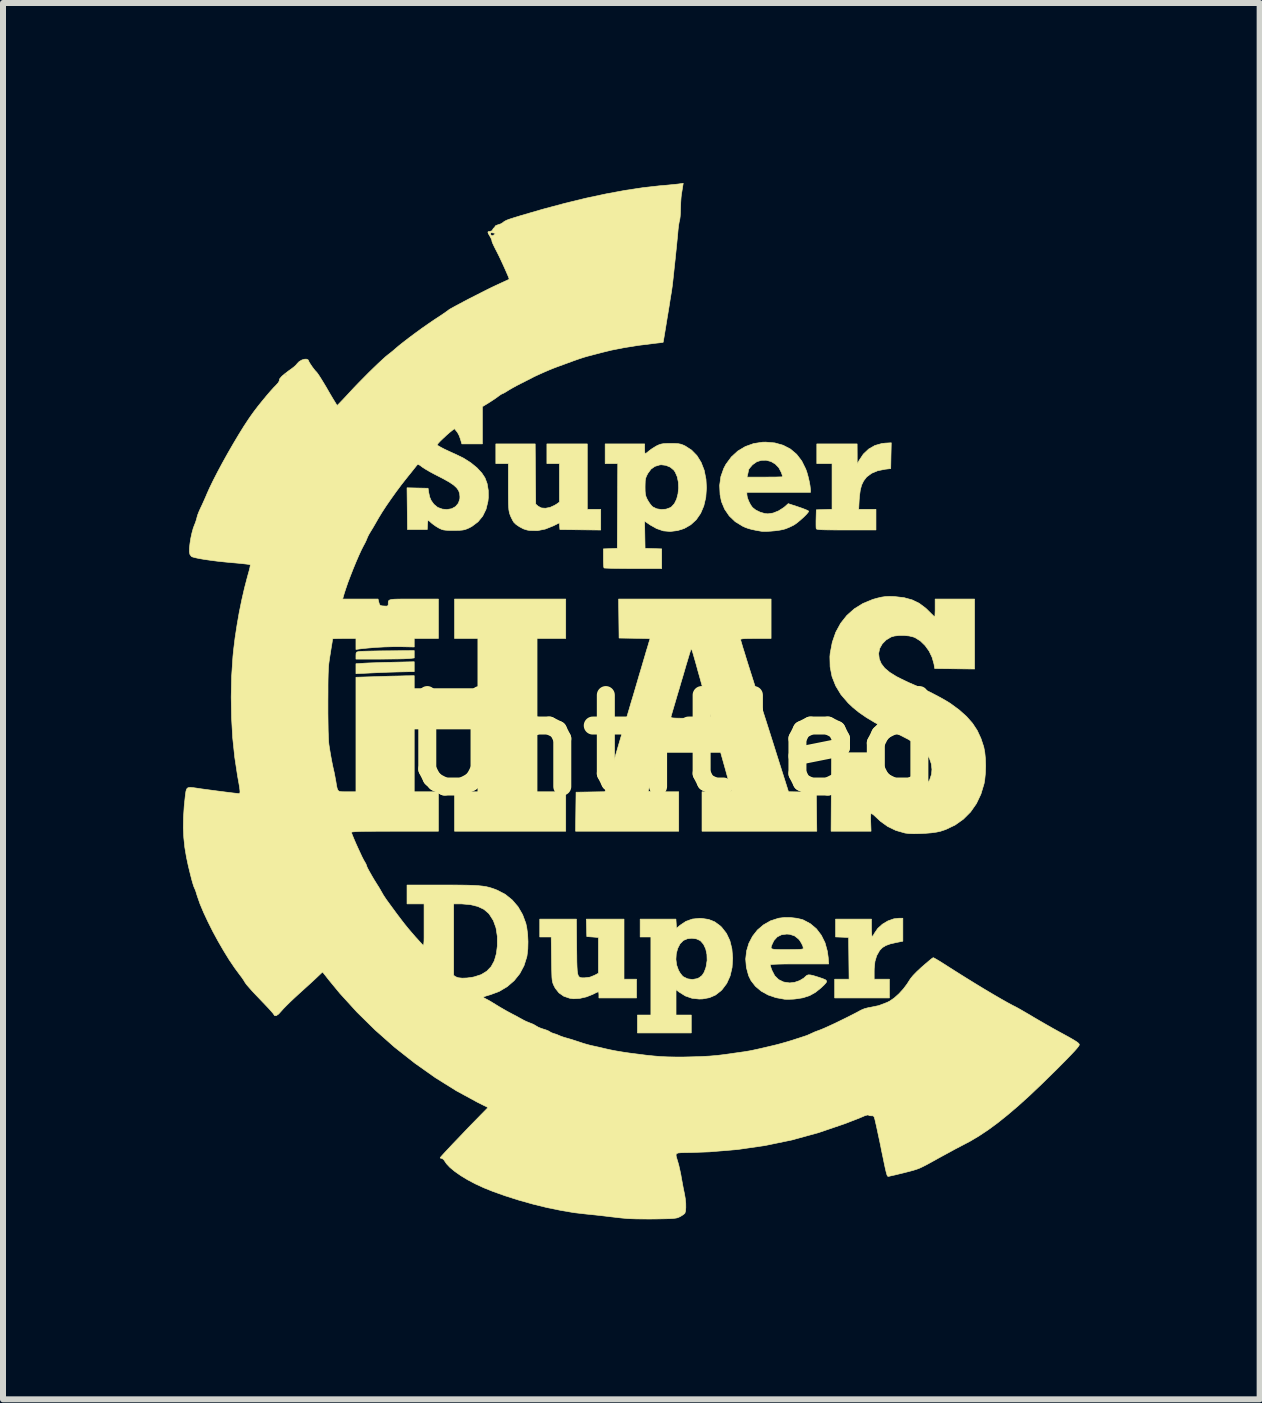
<source format=kicad_pcb>
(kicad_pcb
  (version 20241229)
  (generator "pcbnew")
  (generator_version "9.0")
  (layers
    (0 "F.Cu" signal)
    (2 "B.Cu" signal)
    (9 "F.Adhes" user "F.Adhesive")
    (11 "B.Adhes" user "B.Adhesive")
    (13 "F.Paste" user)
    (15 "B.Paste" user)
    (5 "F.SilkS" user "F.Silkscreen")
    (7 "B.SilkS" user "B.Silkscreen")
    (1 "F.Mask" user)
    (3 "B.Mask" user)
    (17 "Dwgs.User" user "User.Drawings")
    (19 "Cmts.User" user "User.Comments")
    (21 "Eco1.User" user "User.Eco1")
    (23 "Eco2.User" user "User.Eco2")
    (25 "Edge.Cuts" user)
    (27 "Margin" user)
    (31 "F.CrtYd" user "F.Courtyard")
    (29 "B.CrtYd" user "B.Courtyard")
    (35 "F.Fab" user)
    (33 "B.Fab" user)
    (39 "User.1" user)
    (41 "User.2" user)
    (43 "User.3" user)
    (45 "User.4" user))
  (footprint "Untitled"
    (layer "F.Cu")
    (at 8.171 9.368)
    (property "Reference" "Untitled" (at 0 0 0) (layer "F.SilkS") (effects (font (size 1.524 1.524) (thickness 0.3))))
    (attr through_hole)
    (fp_poly (pts (xy -4.318 -1.225) (xy -4.411 -1.224) (xy -4.591 -1.22) (xy -4.766 -1.215) (xy -4.95 -1.207) (xy -5.039 -1.203) (xy -5.289 -1.191) (xy -5.289 -1.357) (xy -5.151 -1.366) (xy -5.095 -1.369) (xy -5.015 -1.372) (xy -4.919 -1.375) (xy -4.812 -1.379) (xy -4.703 -1.381) (xy -4.665 -1.382) (xy -4.318 -1.39) (xy -4.318 -1.225)) (stroke (width 0.01) (type solid)) (fill yes) (layer "F.SilkS"))
    (fp_poly (pts (xy -4.318 -1.453) (xy -4.396 -1.444) (xy -4.432 -1.442) (xy -4.493 -1.439) (xy -4.574 -1.437) (xy -4.671 -1.436) (xy -4.777 -1.435) (xy -4.882 -1.434) (xy -5.289 -1.434) (xy -5.289 -1.493) (xy -5.287 -1.532) (xy -5.276 -1.551) (xy -5.248 -1.559) (xy -5.241 -1.56) (xy -5.213 -1.563) (xy -5.161 -1.565) (xy -5.087 -1.567) (xy -4.995 -1.569) (xy -4.891 -1.571) (xy -4.779 -1.572) (xy -4.755 -1.572) (xy -4.318 -1.576) (xy -4.318 -1.453)) (stroke (width 0.01) (type solid)) (fill yes) (layer "F.SilkS"))
    (fp_poly (pts (xy 3.825 3.267) (xy 3.707 3.291) (xy 3.611 3.313) (xy 3.539 3.34) (xy 3.485 3.373) (xy 3.443 3.416) (xy 3.435 3.427) (xy 3.389 3.508) (xy 3.36 3.605) (xy 3.348 3.722) (xy 3.347 3.768) (xy 3.347 3.9) (xy 3.601 3.9) (xy 3.601 4.213) (xy 2.689 4.213) (xy 2.689 3.9) (xy 2.929 3.9) (xy 2.925 3.552) (xy 2.921 3.205) (xy 2.813 3.2) (xy 2.704 3.196) (xy 2.704 2.899) (xy 3.302 2.899) (xy 3.302 3.038) (xy 3.303 3.1) (xy 3.306 3.15) (xy 3.309 3.181) (xy 3.312 3.187) (xy 3.323 3.181) (xy 3.341 3.155) (xy 3.35 3.137) (xy 3.406 3.055) (xy 3.484 2.984) (xy 3.576 2.929) (xy 3.675 2.894) (xy 3.759 2.884) (xy 3.825 2.884) (xy 3.825 3.267)) (stroke (width 0.01) (type solid)) (fill yes) (layer "F.SilkS"))
    (fp_poly (pts (xy -2.298 -4.518) (xy -2.293 -4.017) (xy -2.252 -3.981) (xy -2.198 -3.953) (xy -2.131 -3.948) (xy -2.055 -3.962) (xy -1.978 -3.997) (xy -1.941 -4.02) (xy -1.898 -4.051) (xy -1.898 -4.692) (xy -2.107 -4.692) (xy -2.107 -5.02) (xy -1.434 -5.02) (xy -1.434 -3.93) (xy -1.21 -3.93) (xy -1.21 -3.585) (xy -1.89 -3.593) (xy -1.895 -3.649) (xy -1.899 -3.705) (xy -1.999 -3.655) (xy -2.134 -3.601) (xy -2.264 -3.575) (xy -2.395 -3.578) (xy -2.437 -3.585) (xy -2.497 -3.604) (xy -2.562 -3.638) (xy -2.621 -3.678) (xy -2.658 -3.714) (xy -2.68 -3.75) (xy -2.705 -3.801) (xy -2.719 -3.834) (xy -2.728 -3.861) (xy -2.735 -3.89) (xy -2.741 -3.923) (xy -2.744 -3.966) (xy -2.747 -4.022) (xy -2.748 -4.096) (xy -2.749 -4.192) (xy -2.749 -4.304) (xy -2.749 -4.692) (xy -2.958 -4.692) (xy -2.958 -5.02) (xy -2.302 -5.02) (xy -2.298 -4.518)) (stroke (width 0.01) (type solid)) (fill yes) (layer "F.SilkS"))
    (fp_poly (pts (xy 3.627 -4.824) (xy 3.623 -4.609) (xy 3.529 -4.598) (xy 3.405 -4.573) (xy 3.304 -4.531) (xy 3.225 -4.472) (xy 3.215 -4.461) (xy 3.171 -4.403) (xy 3.138 -4.335) (xy 3.116 -4.253) (xy 3.102 -4.149) (xy 3.097 -4.083) (xy 3.089 -3.93) (xy 3.377 -3.93) (xy 3.377 -3.586) (xy 2.883 -3.586) (xy 2.744 -3.586) (xy 2.632 -3.587) (xy 2.544 -3.588) (xy 2.478 -3.59) (xy 2.432 -3.593) (xy 2.402 -3.597) (xy 2.386 -3.602) (xy 2.382 -3.606) (xy 2.379 -3.628) (xy 2.378 -3.673) (xy 2.378 -3.733) (xy 2.379 -3.774) (xy 2.383 -3.922) (xy 2.645 -3.931) (xy 2.645 -4.692) (xy 2.391 -4.692) (xy 2.391 -5.02) (xy 3.063 -5.02) (xy 3.064 -4.852) (xy 3.064 -4.684) (xy 3.096 -4.744) (xy 3.167 -4.851) (xy 3.256 -4.935) (xy 3.359 -4.994) (xy 3.475 -5.027) (xy 3.529 -5.033) (xy 3.632 -5.039) (xy 3.627 -4.824)) (stroke (width 0.01) (type solid)) (fill yes) (layer "F.SilkS"))
    (fp_poly (pts (xy -1.611 3.361) (xy -1.609 3.499) (xy -1.608 3.61) (xy -1.605 3.696) (xy -1.601 3.762) (xy -1.594 3.81) (xy -1.584 3.842) (xy -1.569 3.862) (xy -1.55 3.872) (xy -1.525 3.877) (xy -1.494 3.877) (xy -1.475 3.877) (xy -1.389 3.866) (xy -1.322 3.839) (xy -1.248 3.801) (xy -1.248 3.205) (xy -1.345 3.197) (xy -1.442 3.19) (xy -1.446 3.044) (xy -1.45 2.899) (xy -0.822 2.899) (xy -0.822 3.9) (xy -0.613 3.9) (xy -0.613 4.213) (xy -1.24 4.213) (xy -1.24 4.161) (xy -1.242 4.127) (xy -1.247 4.109) (xy -1.248 4.109) (xy -1.264 4.115) (xy -1.3 4.131) (xy -1.341 4.152) (xy -1.449 4.195) (xy -1.559 4.22) (xy -1.663 4.226) (xy -1.726 4.218) (xy -1.826 4.184) (xy -1.906 4.128) (xy -1.968 4.05) (xy -1.983 4.021) (xy -1.996 3.995) (xy -2.006 3.97) (xy -2.013 3.945) (xy -2.019 3.913) (xy -2.023 3.87) (xy -2.025 3.813) (xy -2.027 3.738) (xy -2.029 3.639) (xy -2.03 3.567) (xy -2.035 3.197) (xy -2.226 3.197) (xy -2.226 2.899) (xy -1.615 2.899) (xy -1.611 3.361)) (stroke (width 0.01) (type solid)) (fill yes) (layer "F.SilkS"))
    (fp_poly (pts (xy 0.471 2.887) (xy 0.588 2.904) (xy 0.689 2.944) (xy 0.777 3.008) (xy 0.805 3.034) (xy 0.885 3.137) (xy 0.942 3.257) (xy 0.976 3.394) (xy 0.989 3.549) (xy 0.979 3.706) (xy 0.946 3.847) (xy 0.89 3.971) (xy 0.811 4.076) (xy 0.789 4.097) (xy 0.701 4.165) (xy 0.602 4.208) (xy 0.489 4.229) (xy 0.43 4.231) (xy 0.311 4.218) (xy 0.201 4.18) (xy 0.097 4.115) (xy 0.045 4.075) (xy 0.045 4.497) (xy 0.299 4.497) (xy 0.299 4.796) (xy -0.598 4.796) (xy -0.598 4.497) (xy -0.374 4.497) (xy -0.374 3.57) (xy 0.043 3.57) (xy 0.055 3.664) (xy 0.086 3.75) (xy 0.086 3.751) (xy 0.115 3.8) (xy 0.147 3.841) (xy 0.166 3.859) (xy 0.238 3.894) (xy 0.318 3.905) (xy 0.397 3.891) (xy 0.433 3.874) (xy 0.479 3.838) (xy 0.513 3.786) (xy 0.541 3.712) (xy 0.547 3.688) (xy 0.563 3.587) (xy 0.56 3.488) (xy 0.54 3.396) (xy 0.504 3.319) (xy 0.454 3.262) (xy 0.446 3.256) (xy 0.384 3.228) (xy 0.309 3.218) (xy 0.235 3.226) (xy 0.171 3.253) (xy 0.166 3.256) (xy 0.112 3.311) (xy 0.073 3.387) (xy 0.049 3.475) (xy 0.043 3.57) (xy -0.374 3.57) (xy -0.374 3.197) (xy -0.553 3.197) (xy -0.553 2.899) (xy 0.043 2.899) (xy 0.048 2.975) (xy 0.052 3.052) (xy 0.116 2.999) (xy 0.212 2.935) (xy 0.317 2.898) (xy 0.435 2.886) (xy 0.471 2.887)) (stroke (width 0.01) (type solid)) (fill yes) (layer "F.SilkS"))
    (fp_poly (pts (xy 1.955 2.873) (xy 2.058 2.885) (xy 2.147 2.906) (xy 2.166 2.913) (xy 2.284 2.976) (xy 2.385 3.061) (xy 2.466 3.168) (xy 2.528 3.293) (xy 2.567 3.435) (xy 2.581 3.537) (xy 2.589 3.646) (xy 2.101 3.646) (xy 1.962 3.646) (xy 1.844 3.647) (xy 1.748 3.649) (xy 1.677 3.652) (xy 1.631 3.656) (xy 1.614 3.66) (xy 1.614 3.66) (xy 1.619 3.681) (xy 1.631 3.72) (xy 1.644 3.754) (xy 1.69 3.843) (xy 1.755 3.907) (xy 1.837 3.947) (xy 1.935 3.962) (xy 1.942 3.962) (xy 2.023 3.952) (xy 2.104 3.924) (xy 2.173 3.883) (xy 2.202 3.856) (xy 2.223 3.838) (xy 2.248 3.828) (xy 2.281 3.829) (xy 2.329 3.839) (xy 2.397 3.86) (xy 2.432 3.871) (xy 2.498 3.894) (xy 2.539 3.912) (xy 2.555 3.932) (xy 2.547 3.957) (xy 2.515 3.993) (xy 2.462 4.044) (xy 2.369 4.119) (xy 2.271 4.174) (xy 2.16 4.21) (xy 2.029 4.23) (xy 1.995 4.233) (xy 1.936 4.235) (xy 1.88 4.235) (xy 1.853 4.234) (xy 1.71 4.208) (xy 1.579 4.163) (xy 1.464 4.099) (xy 1.368 4.018) (xy 1.295 3.924) (xy 1.255 3.843) (xy 1.217 3.703) (xy 1.206 3.564) (xy 1.221 3.429) (xy 1.24 3.366) (xy 1.629 3.366) (xy 1.632 3.384) (xy 1.648 3.396) (xy 1.68 3.403) (xy 1.733 3.406) (xy 1.81 3.407) (xy 1.898 3.407) (xy 1.994 3.406) (xy 2.065 3.405) (xy 2.114 3.403) (xy 2.144 3.399) (xy 2.161 3.394) (xy 2.166 3.386) (xy 2.166 3.383) (xy 2.158 3.347) (xy 2.135 3.3) (xy 2.105 3.252) (xy 2.086 3.23) (xy 2.02 3.178) (xy 1.94 3.152) (xy 1.89 3.148) (xy 1.802 3.16) (xy 1.732 3.195) (xy 1.678 3.254) (xy 1.652 3.306) (xy 1.637 3.341) (xy 1.629 3.366) (xy 1.24 3.366) (xy 1.259 3.302) (xy 1.32 3.185) (xy 1.401 3.081) (xy 1.502 2.995) (xy 1.619 2.928) (xy 1.751 2.885) (xy 1.76 2.883) (xy 1.852 2.872) (xy 1.955 2.873)) (stroke (width 0.01) (type solid)) (fill yes) (layer "F.SilkS"))
    (fp_poly (pts (xy 0.029 -5.027) (xy 0.082 -5.024) (xy 0.123 -5.016) (xy 0.16 -5.003) (xy 0.197 -4.986) (xy 0.304 -4.917) (xy 0.393 -4.826) (xy 0.463 -4.713) (xy 0.514 -4.582) (xy 0.544 -4.432) (xy 0.552 -4.288) (xy 0.541 -4.13) (xy 0.508 -3.988) (xy 0.455 -3.863) (xy 0.382 -3.757) (xy 0.29 -3.673) (xy 0.182 -3.611) (xy 0.071 -3.576) (xy -0.052 -3.561) (xy -0.166 -3.571) (xy -0.276 -3.608) (xy -0.381 -3.667) (xy -0.479 -3.733) (xy -0.475 -3.506) (xy -0.471 -3.28) (xy -0.194 -3.271) (xy -0.194 -2.943) (xy -0.67 -2.943) (xy -0.786 -2.944) (xy -0.893 -2.945) (xy -0.986 -2.946) (xy -1.063 -2.948) (xy -1.118 -2.95) (xy -1.15 -2.952) (xy -1.155 -2.953) (xy -1.16 -2.972) (xy -1.163 -3.013) (xy -1.165 -3.071) (xy -1.165 -3.117) (xy -1.165 -3.271) (xy -1.05 -3.275) (xy -0.934 -3.28) (xy -0.93 -3.986) (xy -0.928 -4.303) (xy -0.471 -4.303) (xy -0.47 -4.234) (xy -0.466 -4.185) (xy -0.457 -4.147) (xy -0.442 -4.111) (xy -0.426 -4.08) (xy -0.395 -4.031) (xy -0.362 -3.989) (xy -0.341 -3.97) (xy -0.277 -3.939) (xy -0.2 -3.927) (xy -0.121 -3.933) (xy -0.052 -3.958) (xy -0.032 -3.97) (xy 0.018 -4.025) (xy 0.055 -4.1) (xy 0.078 -4.189) (xy 0.088 -4.285) (xy 0.084 -4.382) (xy 0.065 -4.473) (xy 0.031 -4.551) (xy 0.007 -4.585) (xy -0.051 -4.633) (xy -0.124 -4.663) (xy -0.202 -4.673) (xy -0.227 -4.67) (xy -0.307 -4.646) (xy -0.371 -4.601) (xy -0.424 -4.53) (xy -0.427 -4.524) (xy -0.448 -4.483) (xy -0.461 -4.448) (xy -0.468 -4.407) (xy -0.47 -4.353) (xy -0.471 -4.303) (xy -0.928 -4.303) (xy -0.926 -4.692) (xy -1.136 -4.692) (xy -1.136 -5.02) (xy -0.478 -5.02) (xy -0.478 -4.938) (xy -0.477 -4.893) (xy -0.473 -4.863) (xy -0.469 -4.856) (xy -0.453 -4.865) (xy -0.424 -4.888) (xy -0.409 -4.901) (xy -0.365 -4.934) (xy -0.31 -4.969) (xy -0.28 -4.987) (xy -0.241 -5.005) (xy -0.206 -5.017) (xy -0.166 -5.024) (xy -0.113 -5.027) (xy -0.045 -5.028) (xy 0.029 -5.027)) (stroke (width 0.01) (type solid)) (fill yes) (layer "F.SilkS"))
    (fp_poly (pts (xy 1.692 -5.037) (xy 1.83 -4.998) (xy 1.951 -4.935) (xy 2.055 -4.847) (xy 2.14 -4.736) (xy 2.206 -4.603) (xy 2.224 -4.554) (xy 2.245 -4.48) (xy 2.264 -4.4) (xy 2.278 -4.325) (xy 2.285 -4.264) (xy 2.286 -4.248) (xy 2.286 -4.213) (xy 1.225 -4.213) (xy 1.226 -4.172) (xy 1.234 -4.124) (xy 1.257 -4.065) (xy 1.287 -4.006) (xy 1.319 -3.961) (xy 1.374 -3.918) (xy 1.446 -3.883) (xy 1.524 -3.86) (xy 1.576 -3.855) (xy 1.663 -3.868) (xy 1.753 -3.904) (xy 1.838 -3.958) (xy 1.859 -3.975) (xy 1.915 -4.025) (xy 2.086 -3.969) (xy 2.152 -3.946) (xy 2.206 -3.925) (xy 2.242 -3.909) (xy 2.256 -3.899) (xy 2.256 -3.899) (xy 2.245 -3.878) (xy 2.216 -3.844) (xy 2.174 -3.802) (xy 2.125 -3.758) (xy 2.074 -3.715) (xy 2.027 -3.68) (xy 2.001 -3.664) (xy 1.939 -3.634) (xy 1.871 -3.606) (xy 1.833 -3.595) (xy 1.774 -3.583) (xy 1.701 -3.573) (xy 1.622 -3.566) (xy 1.548 -3.562) (xy 1.488 -3.562) (xy 1.464 -3.565) (xy 1.373 -3.581) (xy 1.303 -3.596) (xy 1.249 -3.611) (xy 1.201 -3.628) (xy 1.153 -3.65) (xy 1.152 -3.651) (xy 1.031 -3.725) (xy 0.932 -3.82) (xy 0.855 -3.933) (xy 0.802 -4.06) (xy 0.779 -4.174) (xy 0.772 -4.33) (xy 0.791 -4.467) (xy 1.228 -4.467) (xy 1.526 -4.467) (xy 1.616 -4.468) (xy 1.696 -4.468) (xy 1.759 -4.47) (xy 1.803 -4.471) (xy 1.822 -4.473) (xy 1.823 -4.473) (xy 1.818 -4.489) (xy 1.807 -4.524) (xy 1.8 -4.544) (xy 1.758 -4.624) (xy 1.699 -4.685) (xy 1.627 -4.727) (xy 1.548 -4.748) (xy 1.468 -4.747) (xy 1.39 -4.723) (xy 1.321 -4.674) (xy 1.309 -4.661) (xy 1.279 -4.626) (xy 1.259 -4.6) (xy 1.255 -4.591) (xy 1.251 -4.57) (xy 1.244 -4.533) (xy 1.241 -4.523) (xy 1.228 -4.467) (xy 0.791 -4.467) (xy 0.792 -4.475) (xy 0.84 -4.611) (xy 0.877 -4.681) (xy 0.967 -4.803) (xy 1.075 -4.902) (xy 1.199 -4.976) (xy 1.337 -5.026) (xy 1.488 -5.049) (xy 1.54 -5.05) (xy 1.692 -5.037)) (stroke (width 0.01) (type solid)) (fill yes) (layer "F.SilkS"))
    (fp_poly (pts (xy 3.679 -2.477) (xy 3.69 -2.476) (xy 3.845 -2.458) (xy 3.98 -2.421) (xy 4.099 -2.363) (xy 4.208 -2.281) (xy 4.259 -2.231) (xy 4.301 -2.189) (xy 4.334 -2.157) (xy 4.353 -2.139) (xy 4.357 -2.137) (xy 4.359 -2.15) (xy 4.361 -2.188) (xy 4.363 -2.243) (xy 4.363 -2.286) (xy 4.363 -2.435) (xy 5.02 -2.435) (xy 5.02 -1.269) (xy 4.688 -1.273) (xy 4.356 -1.277) (xy 4.344 -1.352) (xy 4.313 -1.462) (xy 4.263 -1.567) (xy 4.196 -1.66) (xy 4.117 -1.737) (xy 4.03 -1.791) (xy 4 -1.803) (xy 3.93 -1.82) (xy 3.847 -1.828) (xy 3.762 -1.828) (xy 3.685 -1.819) (xy 3.629 -1.803) (xy 3.546 -1.753) (xy 3.482 -1.688) (xy 3.439 -1.612) (xy 3.422 -1.53) (xy 3.422 -1.524) (xy 3.432 -1.437) (xy 3.465 -1.358) (xy 3.522 -1.284) (xy 3.605 -1.214) (xy 3.715 -1.145) (xy 3.788 -1.108) (xy 3.86 -1.073) (xy 3.93 -1.04) (xy 3.99 -1.014) (xy 4.027 -0.998) (xy 4.112 -0.962) (xy 4.211 -0.916) (xy 4.316 -0.864) (xy 4.419 -0.81) (xy 4.513 -0.758) (xy 4.59 -0.712) (xy 4.617 -0.695) (xy 4.765 -0.586) (xy 4.886 -0.478) (xy 4.985 -0.366) (xy 5.064 -0.246) (xy 5.126 -0.113) (xy 5.173 0.028) (xy 5.19 0.116) (xy 5.201 0.225) (xy 5.205 0.344) (xy 5.201 0.463) (xy 5.19 0.574) (xy 5.179 0.64) (xy 5.126 0.816) (xy 5.051 0.974) (xy 4.953 1.114) (xy 4.834 1.233) (xy 4.696 1.331) (xy 4.539 1.406) (xy 4.452 1.435) (xy 4.387 1.449) (xy 4.302 1.461) (xy 4.205 1.469) (xy 4.104 1.474) (xy 4.009 1.476) (xy 3.926 1.473) (xy 3.864 1.465) (xy 3.862 1.465) (xy 3.708 1.421) (xy 3.573 1.356) (xy 3.452 1.269) (xy 3.395 1.216) (xy 3.344 1.168) (xy 3.31 1.143) (xy 3.294 1.14) (xy 3.293 1.142) (xy 3.29 1.166) (xy 3.288 1.211) (xy 3.289 1.27) (xy 3.29 1.299) (xy 3.295 1.434) (xy 2.962 1.434) (xy 2.629 1.434) (xy 2.633 0.781) (xy 2.637 0.127) (xy 3.294 0.127) (xy 3.306 0.216) (xy 3.335 0.368) (xy 3.382 0.497) (xy 3.448 0.607) (xy 3.521 0.687) (xy 3.603 0.749) (xy 3.693 0.79) (xy 3.799 0.813) (xy 3.833 0.817) (xy 3.946 0.815) (xy 4.05 0.787) (xy 4.141 0.738) (xy 4.215 0.669) (xy 4.27 0.584) (xy 4.303 0.485) (xy 4.31 0.404) (xy 4.299 0.31) (xy 4.269 0.222) (xy 4.216 0.139) (xy 4.141 0.059) (xy 4.04 -0.019) (xy 3.914 -0.098) (xy 3.759 -0.177) (xy 3.708 -0.201) (xy 3.52 -0.291) (xy 3.359 -0.376) (xy 3.219 -0.46) (xy 3.098 -0.543) (xy 2.992 -0.629) (xy 2.914 -0.703) (xy 2.795 -0.841) (xy 2.706 -0.988) (xy 2.645 -1.142) (xy 2.613 -1.304) (xy 2.609 -1.474) (xy 2.614 -1.531) (xy 2.649 -1.715) (xy 2.707 -1.882) (xy 2.789 -2.032) (xy 2.892 -2.162) (xy 3.017 -2.273) (xy 3.161 -2.362) (xy 3.324 -2.429) (xy 3.399 -2.45) (xy 3.472 -2.467) (xy 3.534 -2.476) (xy 3.599 -2.479) (xy 3.679 -2.477)) (stroke (width 0.01) (type solid)) (fill yes) (layer "F.SilkS"))
    (fp_poly (pts (xy 1.629 -1.778) (xy 1.375 -1.778) (xy 1.277 -1.777) (xy 1.206 -1.776) (xy 1.158 -1.773) (xy 1.131 -1.768) (xy 1.121 -1.761) (xy 1.121 -1.759) (xy 1.125 -1.741) (xy 1.138 -1.698) (xy 1.157 -1.632) (xy 1.184 -1.547) (xy 1.215 -1.445) (xy 1.251 -1.33) (xy 1.291 -1.204) (xy 1.32 -1.113) (xy 1.372 -0.948) (xy 1.431 -0.764) (xy 1.493 -0.567) (xy 1.557 -0.367) (xy 1.619 -0.172) (xy 1.677 0.011) (xy 1.719 0.145) (xy 1.919 0.776) (xy 2.151 0.78) (xy 2.383 0.784) (xy 2.387 1.109) (xy 2.391 1.434) (xy 0.478 1.434) (xy 0.478 0.777) (xy 0.726 0.777) (xy 0.817 0.777) (xy 0.882 0.776) (xy 0.926 0.774) (xy 0.952 0.77) (xy 0.964 0.764) (xy 0.966 0.756) (xy 0.965 0.751) (xy 0.959 0.729) (xy 0.946 0.683) (xy 0.928 0.618) (xy 0.905 0.538) (xy 0.88 0.448) (xy 0.873 0.422) (xy 0.788 0.12) (xy -0.222 0.12) (xy -0.247 0.205) (xy -0.26 0.249) (xy -0.28 0.314) (xy -0.305 0.394) (xy -0.331 0.479) (xy -0.345 0.522) (xy -0.37 0.601) (xy -0.391 0.67) (xy -0.407 0.723) (xy -0.416 0.757) (xy -0.418 0.766) (xy -0.404 0.769) (xy -0.365 0.773) (xy -0.306 0.775) (xy -0.231 0.777) (xy -0.164 0.777) (xy 0.09 0.777) (xy 0.09 1.434) (xy -1.629 1.434) (xy -1.625 1.109) (xy -1.621 0.784) (xy -1.38 0.78) (xy -1.139 0.776) (xy -1.124 0.721) (xy -1.115 0.69) (xy -1.1 0.635) (xy -1.079 0.563) (xy -1.054 0.477) (xy -1.026 0.384) (xy -1.019 0.359) (xy -0.984 0.242) (xy -0.946 0.112) (xy -0.907 -0.022) (xy -0.87 -0.147) (xy -0.845 -0.232) (xy -0.813 -0.34) (xy -0.778 -0.457) (xy -0.776 -0.466) (xy -0.04 -0.466) (xy -0.034 -0.46) (xy -0.018 -0.455) (xy 0.011 -0.452) (xy 0.058 -0.45) (xy 0.125 -0.449) (xy 0.217 -0.448) (xy 0.29 -0.448) (xy 0.387 -0.448) (xy 0.473 -0.449) (xy 0.544 -0.45) (xy 0.595 -0.452) (xy 0.624 -0.453) (xy 0.628 -0.454) (xy 0.624 -0.47) (xy 0.613 -0.51) (xy 0.596 -0.57) (xy 0.576 -0.646) (xy 0.551 -0.733) (xy 0.544 -0.757) (xy 0.513 -0.871) (xy 0.477 -0.998) (xy 0.441 -1.128) (xy 0.407 -1.248) (xy 0.387 -1.322) (xy 0.359 -1.421) (xy 0.338 -1.494) (xy 0.323 -1.546) (xy 0.312 -1.578) (xy 0.304 -1.595) (xy 0.298 -1.6) (xy 0.294 -1.597) (xy 0.289 -1.582) (xy 0.276 -1.542) (xy 0.258 -1.483) (xy 0.236 -1.409) (xy 0.212 -1.33) (xy 0.188 -1.247) (xy 0.16 -1.151) (xy 0.129 -1.048) (xy 0.098 -0.941) (xy 0.066 -0.835) (xy 0.037 -0.735) (xy 0.01 -0.644) (xy -0.012 -0.569) (xy -0.029 -0.511) (xy -0.038 -0.478) (xy -0.039 -0.474) (xy -0.04 -0.466) (xy -0.776 -0.466) (xy -0.744 -0.573) (xy -0.713 -0.679) (xy -0.695 -0.74) (xy -0.669 -0.825) (xy -0.638 -0.93) (xy -0.604 -1.046) (xy -0.569 -1.166) (xy -0.535 -1.279) (xy -0.531 -1.292) (xy -0.502 -1.392) (xy -0.474 -1.486) (xy -0.45 -1.569) (xy -0.429 -1.637) (xy -0.415 -1.684) (xy -0.412 -1.696) (xy -0.399 -1.738) (xy -0.39 -1.767) (xy -0.389 -1.774) (xy -0.403 -1.775) (xy -0.442 -1.777) (xy -0.501 -1.778) (xy -0.576 -1.78) (xy -0.646 -1.781) (xy -0.904 -1.785) (xy -0.908 -2.11) (xy -0.912 -2.435) (xy 1.629 -2.435) (xy 1.629 -1.778)) (stroke (width 0.01) (type solid)) (fill yes) (layer "F.SilkS"))
    (fp_poly (pts (xy 0.157 -9.317) (xy 0.151 -9.277) (xy 0.142 -9.221) (xy 0.135 -9.181) (xy 0.129 -9.126) (xy 0.124 -9.052) (xy 0.121 -8.974) (xy 0.12 -8.939) (xy 0.118 -8.87) (xy 0.114 -8.809) (xy 0.108 -8.763) (xy 0.104 -8.747) (xy 0.097 -8.716) (xy 0.088 -8.663) (xy 0.08 -8.597) (xy 0.075 -8.541) (xy 0.07 -8.482) (xy 0.062 -8.403) (xy 0.053 -8.309) (xy 0.042 -8.205) (xy 0.031 -8.096) (xy 0.019 -7.986) (xy 0.008 -7.882) (xy -0.002 -7.787) (xy -0.011 -7.707) (xy -0.018 -7.648) (xy -0.023 -7.613) (xy -0.029 -7.568) (xy -0.04 -7.504) (xy -0.053 -7.424) (xy -0.067 -7.333) (xy -0.083 -7.235) (xy -0.1 -7.134) (xy -0.116 -7.035) (xy -0.131 -6.942) (xy -0.145 -6.859) (xy -0.156 -6.791) (xy -0.165 -6.742) (xy -0.169 -6.716) (xy -0.17 -6.714) (xy -0.184 -6.711) (xy -0.222 -6.706) (xy -0.277 -6.7) (xy -0.321 -6.695) (xy -0.584 -6.662) (xy -0.821 -6.624) (xy -1.03 -6.583) (xy -1.173 -6.548) (xy -1.25 -6.528) (xy -1.327 -6.508) (xy -1.394 -6.49) (xy -1.427 -6.482) (xy -1.482 -6.466) (xy -1.56 -6.441) (xy -1.66 -6.406) (xy -1.785 -6.36) (xy -1.936 -6.305) (xy -1.994 -6.283) (xy -2.068 -6.253) (xy -2.154 -6.216) (xy -2.241 -6.177) (xy -2.319 -6.141) (xy -2.368 -6.115) (xy -2.401 -6.098) (xy -2.453 -6.072) (xy -2.513 -6.041) (xy -2.543 -6.027) (xy -2.612 -5.991) (xy -2.681 -5.953) (xy -2.74 -5.919) (xy -2.755 -5.909) (xy -2.799 -5.882) (xy -2.833 -5.863) (xy -2.849 -5.857) (xy -2.867 -5.848) (xy -2.899 -5.827) (xy -2.924 -5.808) (xy -2.97 -5.775) (xy -3.029 -5.736) (xy -3.085 -5.7) (xy -3.182 -5.641) (xy -3.182 -5.02) (xy -3.524 -5.02) (xy -3.548 -5.101) (xy -3.568 -5.157) (xy -3.595 -5.208) (xy -3.61 -5.228) (xy -3.648 -5.274) (xy -3.688 -5.243) (xy -3.735 -5.205) (xy -3.786 -5.16) (xy -3.836 -5.113) (xy -3.881 -5.07) (xy -3.915 -5.034) (xy -3.933 -5.01) (xy -3.935 -5.003) (xy -3.917 -4.988) (xy -3.876 -4.965) (xy -3.817 -4.934) (xy -3.745 -4.9) (xy -3.666 -4.864) (xy -3.625 -4.846) (xy -3.493 -4.781) (xy -3.374 -4.705) (xy -3.272 -4.622) (xy -3.191 -4.534) (xy -3.139 -4.455) (xy -3.103 -4.359) (xy -3.084 -4.246) (xy -3.083 -4.125) (xy -3.089 -4.065) (xy -3.121 -3.932) (xy -3.177 -3.817) (xy -3.255 -3.722) (xy -3.356 -3.646) (xy -3.4 -3.622) (xy -3.441 -3.604) (xy -3.478 -3.591) (xy -3.517 -3.584) (xy -3.568 -3.58) (xy -3.639 -3.579) (xy -3.661 -3.579) (xy -3.737 -3.579) (xy -3.791 -3.582) (xy -3.831 -3.587) (xy -3.864 -3.597) (xy -3.898 -3.613) (xy -3.908 -3.618) (xy -3.961 -3.65) (xy -4.012 -3.687) (xy -4.033 -3.704) (xy -4.063 -3.732) (xy -4.084 -3.748) (xy -4.087 -3.75) (xy -4.091 -3.737) (xy -4.095 -3.702) (xy -4.097 -3.672) (xy -4.101 -3.593) (xy -4.43 -3.593) (xy -4.434 -3.941) (xy -4.438 -4.289) (xy -4.262 -4.285) (xy -4.087 -4.281) (xy -4.077 -4.213) (xy -4.061 -4.137) (xy -4.036 -4.078) (xy -3.997 -4.023) (xy -3.99 -4.014) (xy -3.927 -3.962) (xy -3.85 -3.934) (xy -3.774 -3.927) (xy -3.694 -3.94) (xy -3.629 -3.976) (xy -3.582 -4.032) (xy -3.558 -4.103) (xy -3.556 -4.137) (xy -3.561 -4.193) (xy -3.579 -4.244) (xy -3.612 -4.29) (xy -3.664 -4.337) (xy -3.736 -4.385) (xy -3.832 -4.439) (xy -3.906 -4.477) (xy -3.984 -4.517) (xy -4.06 -4.558) (xy -4.125 -4.596) (xy -4.172 -4.626) (xy -4.181 -4.632) (xy -4.222 -4.663) (xy -4.247 -4.677) (xy -4.262 -4.676) (xy -4.275 -4.664) (xy -4.276 -4.662) (xy -4.292 -4.642) (xy -4.323 -4.603) (xy -4.365 -4.55) (xy -4.416 -4.487) (xy -4.451 -4.443) (xy -4.533 -4.339) (xy -4.618 -4.225) (xy -4.703 -4.106) (xy -4.784 -3.989) (xy -4.855 -3.88) (xy -4.913 -3.785) (xy -4.937 -3.743) (xy -4.973 -3.68) (xy -5.011 -3.615) (xy -5.043 -3.563) (xy -5.071 -3.516) (xy -5.093 -3.473) (xy -5.102 -3.451) (xy -5.115 -3.419) (xy -5.137 -3.372) (xy -5.164 -3.322) (xy -5.199 -3.253) (xy -5.241 -3.162) (xy -5.287 -3.055) (xy -5.334 -2.941) (xy -5.38 -2.824) (xy -5.423 -2.711) (xy -5.458 -2.609) (xy -5.484 -2.529) (xy -5.511 -2.435) (xy -4.921 -2.435) (xy -4.907 -2.379) (xy -4.897 -2.345) (xy -4.882 -2.328) (xy -4.852 -2.321) (xy -4.822 -2.319) (xy -4.779 -2.317) (xy -4.759 -2.322) (xy -4.752 -2.337) (xy -4.751 -2.351) (xy -4.751 -2.376) (xy -4.749 -2.395) (xy -4.742 -2.409) (xy -4.726 -2.42) (xy -4.699 -2.427) (xy -4.656 -2.432) (xy -4.595 -2.434) (xy -4.513 -2.435) (xy -4.407 -2.435) (xy -4.324 -2.435) (xy -3.915 -2.435) (xy -3.915 -1.778) (xy -4.318 -1.778) (xy -4.318 -1.636) (xy -4.538 -1.641) (xy -4.668 -1.641) (xy -4.812 -1.637) (xy -4.961 -1.629) (xy -5.102 -1.617) (xy -5.224 -1.604) (xy -5.289 -1.595) (xy -5.289 -1.778) (xy -5.483 -1.778) (xy -5.556 -1.777) (xy -5.616 -1.776) (xy -5.658 -1.774) (xy -5.677 -1.772) (xy -5.678 -1.771) (xy -5.68 -1.755) (xy -5.686 -1.714) (xy -5.696 -1.654) (xy -5.708 -1.58) (xy -5.716 -1.528) (xy -5.726 -1.467) (xy -5.734 -1.412) (xy -5.741 -1.36) (xy -5.746 -1.306) (xy -5.749 -1.248) (xy -5.752 -1.18) (xy -5.754 -1.098) (xy -5.755 -1) (xy -5.755 -0.88) (xy -5.756 -0.735) (xy -5.756 -0.71) (xy -5.756 -0.53) (xy -5.754 -0.374) (xy -5.752 -0.241) (xy -5.748 -0.135) (xy -5.744 -0.055) (xy -5.739 -0.007) (xy -5.724 0.088) (xy -5.707 0.188) (xy -5.689 0.284) (xy -5.672 0.367) (xy -5.662 0.411) (xy -5.652 0.454) (xy -5.64 0.516) (xy -5.628 0.583) (xy -5.625 0.596) (xy -5.613 0.671) (xy -5.602 0.722) (xy -5.588 0.754) (xy -5.567 0.77) (xy -5.533 0.776) (xy -5.482 0.777) (xy -5.438 0.777) (xy -5.289 0.777) (xy -5.289 -1.132) (xy -4.919 -1.143) (xy -4.809 -1.147) (xy -4.703 -1.15) (xy -4.604 -1.152) (xy -4.521 -1.154) (xy -4.458 -1.156) (xy -4.434 -1.156) (xy -4.318 -1.158) (xy -4.318 -1.05) (xy -4.318 -0.941) (xy -3.257 -0.941) (xy -3.257 -1.778) (xy -3.646 -1.778) (xy -3.646 -2.435) (xy -1.793 -2.435) (xy -1.793 -1.778) (xy -2.271 -1.778) (xy -2.271 0.777) (xy -1.793 0.777) (xy -1.793 1.434) (xy -3.646 1.434) (xy -3.646 0.777) (xy -3.257 0.777) (xy -3.257 -0.269) (xy -4.318 -0.269) (xy -4.318 0.777) (xy -3.915 0.777) (xy -3.915 1.434) (xy -4.639 1.434) (xy -4.812 1.435) (xy -4.958 1.435) (xy -5.077 1.436) (xy -5.173 1.437) (xy -5.247 1.439) (xy -5.301 1.442) (xy -5.337 1.445) (xy -5.357 1.448) (xy -5.364 1.453) (xy -5.364 1.453) (xy -5.358 1.475) (xy -5.341 1.518) (xy -5.317 1.576) (xy -5.287 1.645) (xy -5.254 1.718) (xy -5.221 1.789) (xy -5.191 1.854) (xy -5.165 1.906) (xy -5.146 1.939) (xy -5.144 1.942) (xy -5.123 1.979) (xy -5.111 2.009) (xy -5.11 2.014) (xy -5.103 2.034) (xy -5.083 2.073) (xy -5.054 2.125) (xy -5.02 2.185) (xy -4.984 2.246) (xy -4.949 2.302) (xy -4.931 2.331) (xy -4.909 2.365) (xy -4.881 2.413) (xy -4.864 2.443) (xy -4.832 2.499) (xy -4.795 2.555) (xy -4.78 2.577) (xy -4.688 2.703) (xy -4.61 2.809) (xy -4.542 2.899) (xy -4.481 2.978) (xy -4.423 3.05) (xy -4.365 3.118) (xy -4.304 3.189) (xy -4.235 3.265) (xy -4.181 3.324) (xy -4.172 3.332) (xy -4.166 3.334) (xy -4.161 3.325) (xy -4.158 3.304) (xy -4.155 3.266) (xy -4.154 3.208) (xy -4.154 3.128) (xy -4.154 3.021) (xy -4.154 2.999) (xy -4.154 2.645) (xy -4.438 2.645) (xy -4.438 2.331) (xy -3.847 2.331) (xy -3.681 2.331) (xy -3.541 2.332) (xy -3.425 2.334) (xy -3.328 2.337) (xy -3.247 2.342) (xy -3.18 2.349) (xy -3.121 2.358) (xy -3.069 2.37) (xy -3.02 2.385) (xy -2.969 2.403) (xy -2.93 2.419) (xy -2.799 2.488) (xy -2.685 2.58) (xy -2.588 2.693) (xy -2.512 2.824) (xy -2.458 2.969) (xy -2.443 3.038) (xy -2.428 3.151) (xy -2.422 3.275) (xy -2.425 3.397) (xy -2.438 3.506) (xy -2.442 3.528) (xy -2.488 3.674) (xy -2.559 3.808) (xy -2.653 3.925) (xy -2.769 4.025) (xy -2.902 4.104) (xy -3.052 4.16) (xy -3.068 4.164) (xy -3.118 4.179) (xy -3.153 4.191) (xy -3.168 4.199) (xy -3.168 4.2) (xy -3.155 4.211) (xy -3.126 4.227) (xy -3.126 4.227) (xy -3.088 4.247) (xy -3.04 4.274) (xy -3.026 4.283) (xy -2.89 4.366) (xy -2.772 4.434) (xy -2.682 4.482) (xy -2.62 4.514) (xy -2.559 4.548) (xy -2.511 4.574) (xy -2.51 4.575) (xy -2.457 4.602) (xy -2.401 4.625) (xy -2.383 4.632) (xy -2.335 4.651) (xy -2.293 4.675) (xy -2.287 4.679) (xy -2.253 4.699) (xy -2.202 4.72) (xy -2.168 4.731) (xy -2.118 4.747) (xy -2.078 4.764) (xy -2.062 4.774) (xy -2.031 4.792) (xy -1.995 4.805) (xy -1.946 4.82) (xy -1.907 4.837) (xy -1.871 4.852) (xy -1.818 4.87) (xy -1.765 4.885) (xy -1.696 4.905) (xy -1.619 4.93) (xy -1.561 4.949) (xy -1.495 4.971) (xy -1.425 4.991) (xy -1.375 5.004) (xy -1.315 5.017) (xy -1.257 5.03) (xy -1.233 5.035) (xy -1.137 5.058) (xy -1.056 5.076) (xy -0.982 5.091) (xy -0.908 5.104) (xy -0.827 5.117) (xy -0.732 5.131) (xy -0.615 5.146) (xy -0.598 5.148) (xy -0.451 5.167) (xy -0.323 5.18) (xy -0.205 5.19) (xy -0.088 5.195) (xy 0.036 5.197) (xy 0.175 5.197) (xy 0.269 5.195) (xy 0.446 5.19) (xy 0.599 5.182) (xy 0.73 5.171) (xy 0.844 5.157) (xy 0.932 5.145) (xy 1.02 5.132) (xy 1.1 5.121) (xy 1.161 5.112) (xy 1.165 5.112) (xy 1.214 5.104) (xy 1.268 5.095) (xy 1.332 5.082) (xy 1.411 5.065) (xy 1.507 5.043) (xy 1.626 5.015) (xy 1.718 4.993) (xy 1.793 4.973) (xy 1.881 4.948) (xy 1.965 4.923) (xy 1.987 4.916) (xy 2.054 4.894) (xy 2.117 4.874) (xy 2.165 4.858) (xy 2.181 4.853) (xy 2.228 4.837) (xy 2.282 4.813) (xy 2.302 4.804) (xy 2.356 4.779) (xy 2.412 4.758) (xy 2.429 4.752) (xy 2.468 4.737) (xy 2.529 4.711) (xy 2.606 4.676) (xy 2.695 4.635) (xy 2.789 4.589) (xy 2.883 4.543) (xy 2.974 4.497) (xy 3.054 4.456) (xy 3.12 4.42) (xy 3.123 4.418) (xy 3.184 4.392) (xy 3.256 4.373) (xy 3.28 4.37) (xy 3.424 4.34) (xy 3.563 4.287) (xy 3.608 4.264) (xy 3.682 4.213) (xy 3.76 4.143) (xy 3.834 4.062) (xy 3.897 3.978) (xy 3.919 3.943) (xy 3.952 3.892) (xy 3.996 3.838) (xy 4.054 3.778) (xy 4.131 3.706) (xy 4.146 3.693) (xy 4.206 3.641) (xy 4.259 3.596) (xy 4.3 3.562) (xy 4.326 3.544) (xy 4.331 3.541) (xy 4.349 3.549) (xy 4.386 3.57) (xy 4.438 3.601) (xy 4.498 3.639) (xy 4.503 3.642) (xy 4.685 3.758) (xy 4.862 3.869) (xy 5.03 3.973) (xy 5.188 4.069) (xy 5.333 4.155) (xy 5.462 4.23) (xy 5.572 4.292) (xy 5.661 4.34) (xy 5.682 4.35) (xy 5.724 4.372) (xy 5.785 4.406) (xy 5.859 4.449) (xy 5.94 4.496) (xy 6.003 4.534) (xy 6.099 4.59) (xy 6.21 4.654) (xy 6.326 4.72) (xy 6.438 4.782) (xy 6.499 4.815) (xy 6.594 4.867) (xy 6.665 4.908) (xy 6.715 4.939) (xy 6.746 4.962) (xy 6.762 4.98) (xy 6.766 4.989) (xy 6.763 5.002) (xy 6.749 5.023) (xy 6.724 5.055) (xy 6.686 5.098) (xy 6.632 5.155) (xy 6.562 5.228) (xy 6.474 5.317) (xy 6.366 5.426) (xy 6.362 5.429) (xy 6.143 5.644) (xy 5.94 5.837) (xy 5.75 6.009) (xy 5.573 6.16) (xy 5.406 6.294) (xy 5.247 6.411) (xy 5.095 6.512) (xy 4.947 6.6) (xy 4.833 6.66) (xy 4.774 6.691) (xy 4.695 6.732) (xy 4.604 6.782) (xy 4.506 6.835) (xy 4.409 6.888) (xy 4.39 6.899) (xy 4.294 6.952) (xy 4.219 6.993) (xy 4.158 7.024) (xy 4.105 7.049) (xy 4.055 7.068) (xy 4.001 7.085) (xy 3.938 7.102) (xy 3.86 7.122) (xy 3.849 7.125) (xy 3.766 7.145) (xy 3.692 7.163) (xy 3.634 7.176) (xy 3.594 7.185) (xy 3.581 7.187) (xy 3.575 7.185) (xy 3.568 7.178) (xy 3.561 7.164) (xy 3.553 7.138) (xy 3.543 7.099) (xy 3.53 7.043) (xy 3.514 6.968) (xy 3.494 6.87) (xy 3.468 6.747) (xy 3.458 6.694) (xy 3.438 6.597) (xy 3.417 6.5) (xy 3.398 6.411) (xy 3.382 6.337) (xy 3.374 6.303) (xy 3.36 6.241) (xy 3.349 6.203) (xy 3.338 6.183) (xy 3.324 6.177) (xy 3.305 6.177) (xy 3.272 6.175) (xy 3.255 6.166) (xy 3.235 6.163) (xy 3.192 6.175) (xy 3.158 6.19) (xy 3.112 6.209) (xy 3.046 6.236) (xy 2.967 6.266) (xy 2.883 6.299) (xy 2.853 6.31) (xy 2.416 6.459) (xy 1.975 6.58) (xy 1.526 6.673) (xy 1.069 6.739) (xy 0.6 6.778) (xy 0.291 6.789) (xy 0.196 6.79) (xy 0.127 6.792) (xy 0.081 6.796) (xy 0.055 6.807) (xy 0.045 6.825) (xy 0.048 6.853) (xy 0.06 6.895) (xy 0.076 6.948) (xy 0.092 7.005) (xy 0.109 7.08) (xy 0.126 7.161) (xy 0.134 7.209) (xy 0.149 7.29) (xy 0.164 7.372) (xy 0.179 7.445) (xy 0.186 7.478) (xy 0.199 7.555) (xy 0.207 7.632) (xy 0.208 7.704) (xy 0.204 7.762) (xy 0.193 7.799) (xy 0.191 7.803) (xy 0.166 7.824) (xy 0.127 7.849) (xy 0.109 7.859) (xy 0.087 7.869) (xy 0.063 7.878) (xy 0.033 7.883) (xy -0.007 7.888) (xy -0.062 7.891) (xy -0.136 7.893) (xy -0.233 7.895) (xy -0.294 7.896) (xy -0.403 7.897) (xy -0.513 7.896) (xy -0.615 7.895) (xy -0.703 7.892) (xy -0.771 7.889) (xy -0.784 7.887) (xy -0.864 7.88) (xy -0.96 7.869) (xy -1.056 7.858) (xy -1.113 7.851) (xy -1.205 7.84) (xy -1.307 7.829) (xy -1.403 7.819) (xy -1.454 7.814) (xy -1.653 7.791) (xy -1.871 7.754) (xy -2.102 7.707) (xy -2.338 7.649) (xy -2.573 7.583) (xy -2.8 7.511) (xy -3.013 7.435) (xy -3.157 7.377) (xy -3.296 7.313) (xy -3.425 7.245) (xy -3.542 7.174) (xy -3.642 7.104) (xy -3.723 7.037) (xy -3.781 6.975) (xy -3.803 6.942) (xy -3.828 6.906) (xy -3.853 6.889) (xy -3.858 6.888) (xy -3.881 6.882) (xy -3.885 6.876) (xy -3.875 6.862) (xy -3.846 6.829) (xy -3.801 6.78) (xy -3.743 6.718) (xy -3.673 6.643) (xy -3.593 6.56) (xy -3.507 6.47) (xy -3.417 6.375) (xy -3.324 6.28) (xy -3.231 6.185) (xy -3.215 6.168) (xy -3.088 6.039) (xy -3.259 5.954) (xy -3.614 5.761) (xy -3.965 5.542) (xy -4.31 5.298) (xy -4.646 5.033) (xy -4.968 4.748) (xy -5.273 4.448) (xy -5.559 4.134) (xy -5.74 3.914) (xy -5.801 3.836) (xy -3.661 3.836) (xy -3.627 3.86) (xy -3.584 3.876) (xy -3.518 3.883) (xy -3.438 3.88) (xy -3.35 3.868) (xy -3.317 3.861) (xy -3.202 3.824) (xy -3.109 3.767) (xy -3.036 3.691) (xy -2.983 3.594) (xy -2.949 3.475) (xy -2.933 3.347) (xy -2.933 3.186) (xy -2.955 3.045) (xy -2.999 2.923) (xy -3.066 2.818) (xy -3.08 2.801) (xy -3.157 2.736) (xy -3.258 2.688) (xy -3.382 2.658) (xy -3.53 2.645) (xy -3.56 2.645) (xy -3.661 2.645) (xy -3.661 3.836) (xy -5.801 3.836) (xy -5.846 3.78) (xy -5.93 3.86) (xy -5.968 3.896) (xy -6.023 3.947) (xy -6.09 4.008) (xy -6.164 4.075) (xy -6.238 4.142) (xy -6.312 4.21) (xy -6.383 4.277) (xy -6.446 4.339) (xy -6.496 4.39) (xy -6.529 4.427) (xy -6.529 4.427) (xy -6.578 4.481) (xy -6.617 4.508) (xy -6.645 4.507) (xy -6.659 4.486) (xy -6.672 4.468) (xy -6.703 4.432) (xy -6.748 4.382) (xy -6.805 4.322) (xy -6.869 4.255) (xy -6.888 4.235) (xy -6.956 4.164) (xy -7.018 4.098) (xy -7.07 4.039) (xy -7.11 3.993) (xy -7.132 3.963) (xy -7.135 3.959) (xy -7.159 3.919) (xy -7.193 3.869) (xy -7.223 3.83) (xy -7.31 3.712) (xy -7.402 3.576) (xy -7.495 3.425) (xy -7.587 3.266) (xy -7.675 3.104) (xy -7.756 2.942) (xy -7.828 2.788) (xy -7.888 2.645) (xy -7.932 2.519) (xy -7.942 2.488) (xy -7.957 2.438) (xy -7.972 2.399) (xy -7.98 2.382) (xy -7.99 2.359) (xy -8.005 2.313) (xy -8.024 2.248) (xy -8.044 2.17) (xy -8.065 2.085) (xy -8.086 1.997) (xy -8.104 1.912) (xy -8.113 1.871) (xy -8.141 1.705) (xy -8.158 1.543) (xy -8.166 1.378) (xy -8.163 1.204) (xy -8.151 1.015) (xy -8.131 0.826) (xy -8.122 0.767) (xy -8.11 0.73) (xy -8.089 0.71) (xy -8.053 0.704) (xy -7.996 0.709) (xy -7.952 0.715) (xy -7.874 0.727) (xy -7.784 0.739) (xy -7.688 0.752) (xy -7.59 0.765) (xy -7.495 0.777) (xy -7.409 0.788) (xy -7.335 0.797) (xy -7.28 0.803) (xy -7.248 0.807) (xy -7.243 0.807) (xy -7.232 0.805) (xy -7.224 0.797) (xy -7.221 0.779) (xy -7.223 0.748) (xy -7.229 0.699) (xy -7.241 0.629) (xy -7.258 0.535) (xy -7.263 0.506) (xy -7.309 0.202) (xy -7.343 -0.121) (xy -7.362 -0.458) (xy -7.368 -0.801) (xy -7.361 -1.144) (xy -7.339 -1.479) (xy -7.328 -1.589) (xy -7.304 -1.785) (xy -7.272 -1.995) (xy -7.235 -2.209) (xy -7.192 -2.42) (xy -7.146 -2.62) (xy -7.099 -2.8) (xy -7.084 -2.854) (xy -7.067 -2.915) (xy -7.055 -2.965) (xy -7.05 -2.998) (xy -7.051 -3.006) (xy -7.068 -3.011) (xy -7.11 -3.017) (xy -7.172 -3.024) (xy -7.25 -3.032) (xy -7.339 -3.04) (xy -7.344 -3.04) (xy -7.47 -3.052) (xy -7.593 -3.065) (xy -7.709 -3.08) (xy -7.813 -3.095) (xy -7.902 -3.11) (xy -7.972 -3.125) (xy -8.018 -3.138) (xy -8.031 -3.145) (xy -8.056 -3.178) (xy -8.065 -3.222) (xy -8.064 -3.283) (xy -8.055 -3.363) (xy -8.041 -3.451) (xy -8.022 -3.538) (xy -8.001 -3.614) (xy -7.985 -3.657) (xy -7.963 -3.712) (xy -7.946 -3.765) (xy -7.939 -3.794) (xy -7.928 -3.834) (xy -7.907 -3.888) (xy -7.882 -3.944) (xy -7.853 -4.005) (xy -7.819 -4.08) (xy -7.786 -4.155) (xy -7.779 -4.173) (xy -7.73 -4.283) (xy -7.667 -4.413) (xy -7.593 -4.557) (xy -7.511 -4.71) (xy -7.423 -4.868) (xy -7.333 -5.024) (xy -7.243 -5.175) (xy -7.157 -5.314) (xy -7.076 -5.437) (xy -7.04 -5.489) (xy -6.986 -5.564) (xy -6.921 -5.649) (xy -6.85 -5.737) (xy -6.78 -5.822) (xy -6.714 -5.899) (xy -6.658 -5.961) (xy -6.628 -5.991) (xy -6.587 -6.036) (xy -6.567 -6.07) (xy -6.567 -6.082) (xy -6.56 -6.105) (xy -6.529 -6.142) (xy -6.512 -6.157) (xy -6.466 -6.157) (xy -6.464 -6.156) (xy -6.45 -6.166) (xy -6.447 -6.171) (xy -6.443 -6.185) (xy -6.445 -6.186) (xy -6.459 -6.175) (xy -6.462 -6.171) (xy -6.466 -6.157) (xy -6.512 -6.157) (xy -6.477 -6.187) (xy -6.407 -6.241) (xy -6.363 -6.272) (xy -6.319 -6.306) (xy -6.282 -6.341) (xy -6.269 -6.358) (xy -6.235 -6.393) (xy -6.188 -6.42) (xy -6.14 -6.433) (xy -6.11 -6.432) (xy -6.086 -6.42) (xy -6.081 -6.412) (xy -6.073 -6.391) (xy -6.051 -6.354) (xy -6.022 -6.311) (xy -5.991 -6.269) (xy -5.964 -6.236) (xy -5.95 -6.222) (xy -5.934 -6.203) (xy -5.906 -6.163) (xy -5.869 -6.105) (xy -5.825 -6.033) (xy -5.777 -5.953) (xy -5.766 -5.933) (xy -5.719 -5.852) (xy -5.677 -5.781) (xy -5.642 -5.724) (xy -5.617 -5.683) (xy -5.603 -5.664) (xy -5.601 -5.663) (xy -5.589 -5.673) (xy -5.56 -5.703) (xy -5.517 -5.748) (xy -5.463 -5.805) (xy -5.402 -5.871) (xy -5.389 -5.885) (xy -5.321 -5.958) (xy -5.244 -6.038) (xy -5.161 -6.122) (xy -5.078 -6.206) (xy -4.996 -6.286) (xy -4.919 -6.36) (xy -4.851 -6.423) (xy -4.796 -6.473) (xy -4.757 -6.505) (xy -4.749 -6.511) (xy -4.719 -6.534) (xy -4.677 -6.568) (xy -4.641 -6.599) (xy -4.578 -6.653) (xy -4.495 -6.719) (xy -4.399 -6.793) (xy -4.294 -6.871) (xy -4.187 -6.949) (xy -4.082 -7.022) (xy -3.987 -7.087) (xy -3.958 -7.106) (xy -3.889 -7.151) (xy -3.83 -7.191) (xy -3.784 -7.223) (xy -3.756 -7.243) (xy -3.749 -7.249) (xy -3.733 -7.261) (xy -3.694 -7.283) (xy -3.636 -7.315) (xy -3.563 -7.354) (xy -3.479 -7.399) (xy -3.387 -7.447) (xy -3.292 -7.495) (xy -3.198 -7.543) (xy -3.107 -7.589) (xy -3.026 -7.629) (xy -2.956 -7.662) (xy -2.932 -7.673) (xy -2.863 -7.705) (xy -2.804 -7.732) (xy -2.761 -7.752) (xy -2.738 -7.763) (xy -2.736 -7.764) (xy -2.739 -7.779) (xy -2.753 -7.816) (xy -2.776 -7.869) (xy -2.805 -7.935) (xy -2.838 -8.008) (xy -2.873 -8.084) (xy -2.908 -8.157) (xy -2.941 -8.223) (xy -2.959 -8.257) (xy -2.988 -8.315) (xy -3.01 -8.362) (xy -3.022 -8.393) (xy -3.023 -8.402) (xy -3.026 -8.418) (xy -3.04 -8.451) (xy -3.054 -8.476) (xy -3.08 -8.521) (xy -3.084 -8.532) (xy -3.048 -8.532) (xy -3.043 -8.51) (xy -3.029 -8.49) (xy -3.006 -8.493) (xy -2.984 -8.508) (xy -2.968 -8.522) (xy -2.976 -8.53) (xy -2.999 -8.536) (xy -3.035 -8.54) (xy -3.048 -8.532) (xy -3.084 -8.532) (xy -3.09 -8.547) (xy -3.085 -8.558) (xy -3.064 -8.561) (xy -3.056 -8.561) (xy -3.022 -8.573) (xy -3.011 -8.591) (xy -2.997 -8.615) (xy -2.987 -8.621) (xy -2.975 -8.633) (xy -2.973 -8.642) (xy -2.96 -8.658) (xy -2.926 -8.671) (xy -2.92 -8.673) (xy -2.877 -8.687) (xy -2.843 -8.707) (xy -2.841 -8.708) (xy -2.824 -8.723) (xy -2.802 -8.736) (xy -2.771 -8.751) (xy -2.724 -8.768) (xy -2.659 -8.789) (xy -2.57 -8.816) (xy -2.555 -8.821) (xy -2.177 -8.931) (xy -1.811 -9.029) (xy -1.458 -9.115) (xy -1.12 -9.187) (xy -0.801 -9.246) (xy -0.503 -9.291) (xy -0.228 -9.322) (xy -0.202 -9.324) (xy -0.119 -9.331) (xy -0.039 -9.339) (xy 0.031 -9.346) (xy 0.079 -9.351) (xy 0.165 -9.363) (xy 0.157 -9.317)) (stroke (width 0.01) (type solid)) (fill yes) (layer "F.SilkS")))
  (gr_rect
    (start -3 -3)
    (end 17.942 20.27)
    (stroke (width 0.1) (type default))
    (fill no)
    (layer "Edge.Cuts")))
</source>
